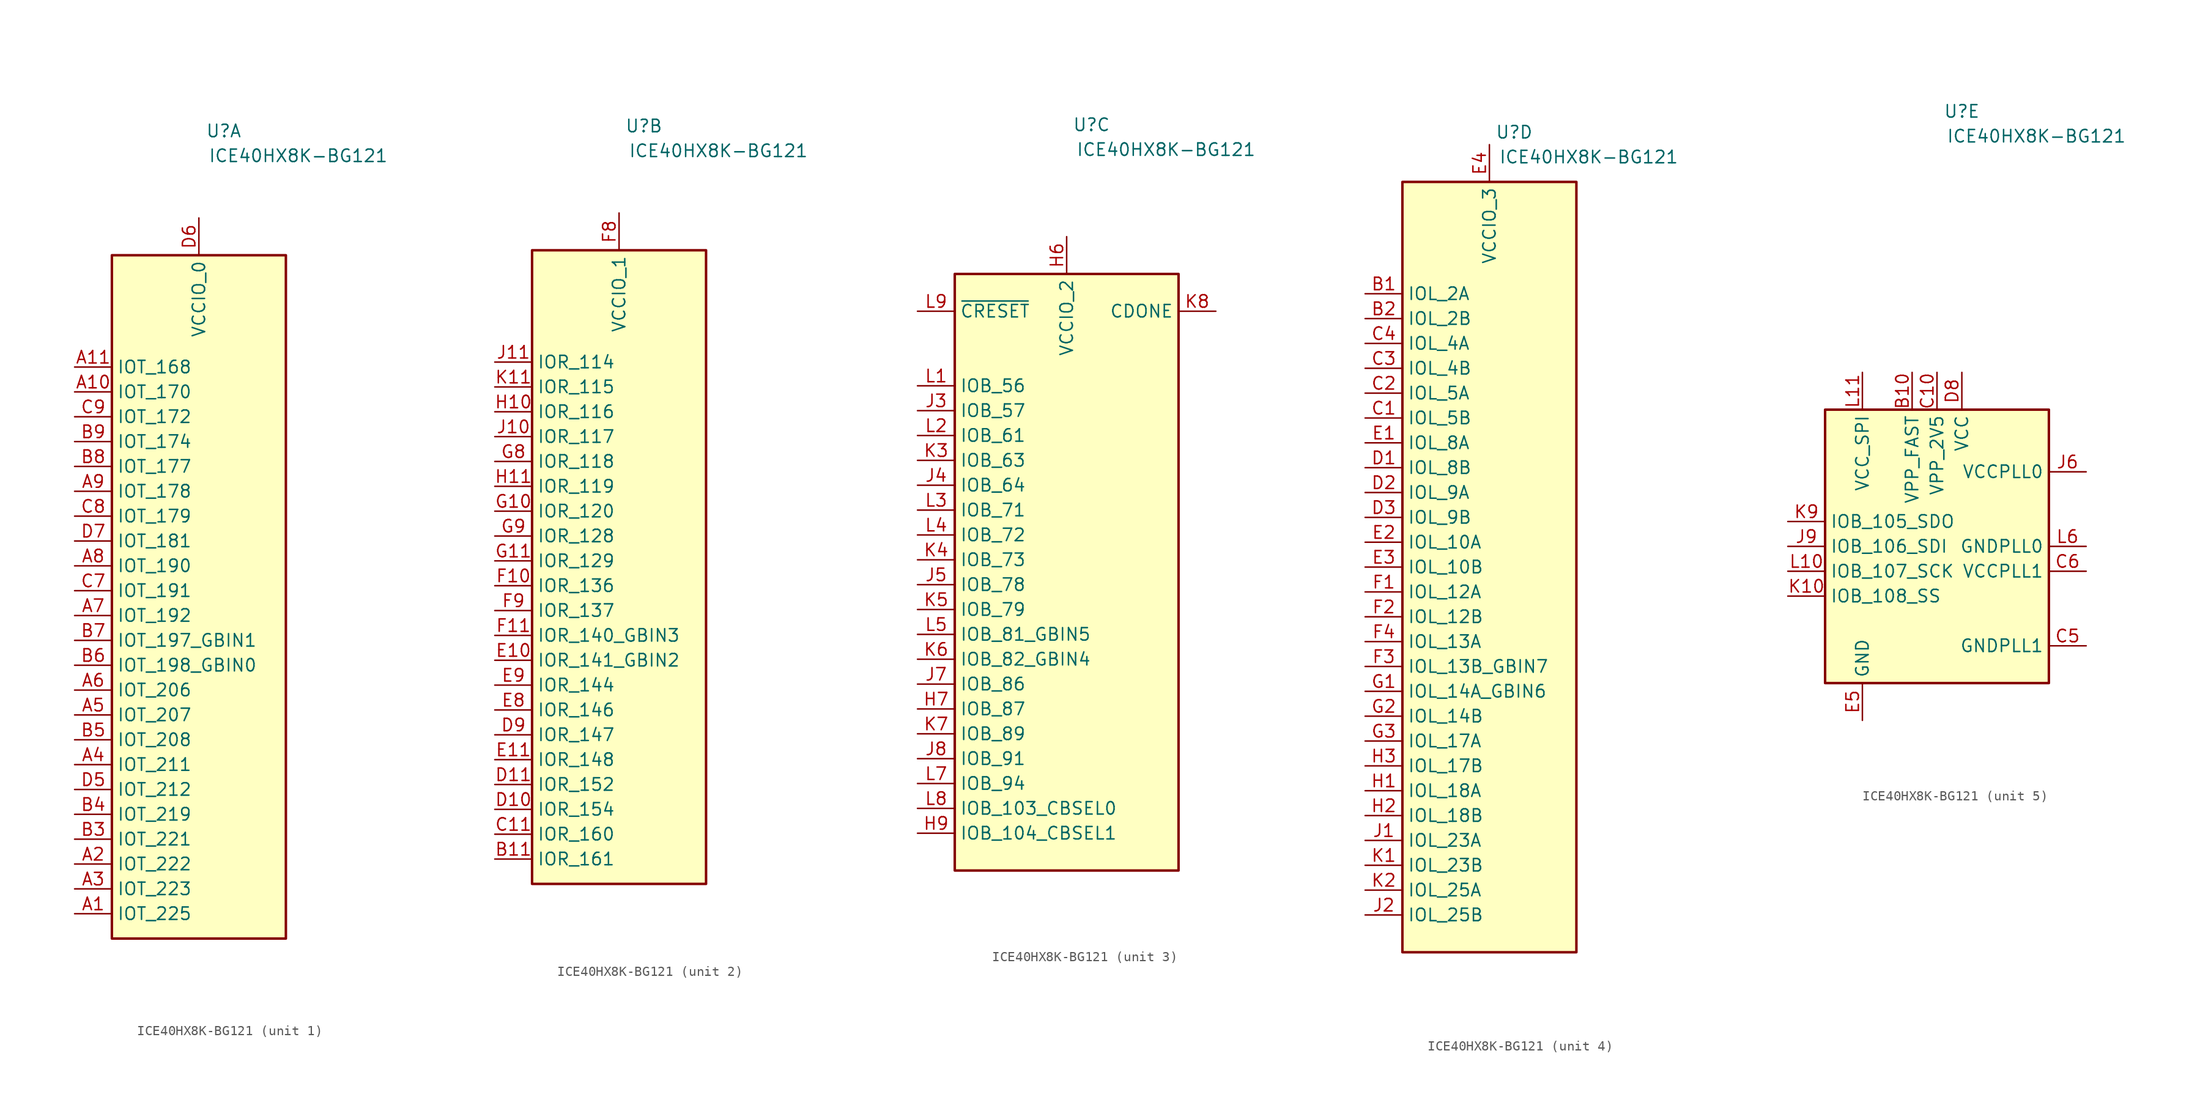
<source format=kicad_sym>
(kicad_symbol_lib
  (version 20241209)
  (generator "kicad_symbol_editor")
  (generator_version "9.0")
  (symbol "ICE40HX8K-BG121"
    (property "Reference" "U"
      (at 2.54 44.45 0)
      (effects (font (size 1.27 1.27))))
    (property "Value" "ICE40HX8K-BG121"
      (at 10.16 41.91 0)
      (effects (font (size 1.27 1.27))))
    (property "ki_locked" ""
      (at 0 0 0)
      (effects (font (size 1.27 1.27))))
    (symbol "ICE40HX8K-BG121_1_1"
      (rectangle (start -8.89 31.75) (end 8.89 -38.1) (stroke (width 0.254) (type default)) (fill (type background)))
      (pin bidirectional line (at -12.7 20.32 0) (length 3.81) (name "IOT_168" (effects (font (size 1.27 1.27)))) (number "A11" (effects (font (size 1.27 1.27)))))
      (pin bidirectional line (at -12.7 17.78 0) (length 3.81) (name "IOT_170" (effects (font (size 1.27 1.27)))) (number "A10" (effects (font (size 1.27 1.27)))))
      (pin bidirectional line (at -12.7 15.24 0) (length 3.81) (name "IOT_172" (effects (font (size 1.27 1.27)))) (number "C9" (effects (font (size 1.27 1.27)))))
      (pin bidirectional line (at -12.7 12.7 0) (length 3.81) (name "IOT_174" (effects (font (size 1.27 1.27)))) (number "B9" (effects (font (size 1.27 1.27)))))
      (pin bidirectional line (at -12.7 10.16 0) (length 3.81) (name "IOT_177" (effects (font (size 1.27 1.27)))) (number "B8" (effects (font (size 1.27 1.27)))))
      (pin bidirectional line (at -12.7 7.62 0) (length 3.81) (name "IOT_178" (effects (font (size 1.27 1.27)))) (number "A9" (effects (font (size 1.27 1.27)))))
      (pin bidirectional line (at -12.7 5.08 0) (length 3.81) (name "IOT_179" (effects (font (size 1.27 1.27)))) (number "C8" (effects (font (size 1.27 1.27)))))
      (pin bidirectional line (at -12.7 2.54 0) (length 3.81) (name "IOT_181" (effects (font (size 1.27 1.27)))) (number "D7" (effects (font (size 1.27 1.27)))))
      (pin bidirectional line (at -12.7 0 0) (length 3.81) (name "IOT_190" (effects (font (size 1.27 1.27)))) (number "A8" (effects (font (size 1.27 1.27)))))
      (pin bidirectional line (at -12.7 -2.54 0) (length 3.81) (name "IOT_191" (effects (font (size 1.27 1.27)))) (number "C7" (effects (font (size 1.27 1.27)))))
      (pin bidirectional line (at -12.7 -5.08 0) (length 3.81) (name "IOT_192" (effects (font (size 1.27 1.27)))) (number "A7" (effects (font (size 1.27 1.27)))))
      (pin bidirectional line (at -12.7 -7.62 0) (length 3.81) (name "IOT_197_GBIN1" (effects (font (size 1.27 1.27)))) (number "B7" (effects (font (size 1.27 1.27)))))
      (pin bidirectional line (at -12.7 -10.16 0) (length 3.81) (name "IOT_198_GBIN0" (effects (font (size 1.27 1.27)))) (number "B6" (effects (font (size 1.27 1.27)))))
      (pin bidirectional line (at -12.7 -12.7 0) (length 3.81) (name "IOT_206" (effects (font (size 1.27 1.27)))) (number "A6" (effects (font (size 1.27 1.27)))))
      (pin bidirectional line (at -12.7 -15.24 0) (length 3.81) (name "IOT_207" (effects (font (size 1.27 1.27)))) (number "A5" (effects (font (size 1.27 1.27)))))
      (pin bidirectional line (at -12.7 -17.78 0) (length 3.81) (name "IOT_208" (effects (font (size 1.27 1.27)))) (number "B5" (effects (font (size 1.27 1.27)))))
      (pin bidirectional line (at -12.7 -20.32 0) (length 3.81) (name "IOT_211" (effects (font (size 1.27 1.27)))) (number "A4" (effects (font (size 1.27 1.27)))))
      (pin bidirectional line (at -12.7 -22.86 0) (length 3.81) (name "IOT_212" (effects (font (size 1.27 1.27)))) (number "D5" (effects (font (size 1.27 1.27)))))
      (pin bidirectional line (at -12.7 -25.4 0) (length 3.81) (name "IOT_219" (effects (font (size 1.27 1.27)))) (number "B4" (effects (font (size 1.27 1.27)))))
      (pin bidirectional line (at -12.7 -27.94 0) (length 3.81) (name "IOT_221" (effects (font (size 1.27 1.27)))) (number "B3" (effects (font (size 1.27 1.27)))))
      (pin bidirectional line (at -12.7 -30.48 0) (length 3.81) (name "IOT_222" (effects (font (size 1.27 1.27)))) (number "A2" (effects (font (size 1.27 1.27)))))
      (pin bidirectional line (at -12.7 -33.02 0) (length 3.81) (name "IOT_223" (effects (font (size 1.27 1.27)))) (number "A3" (effects (font (size 1.27 1.27)))))
      (pin bidirectional line (at -12.7 -35.56 0) (length 3.81) (name "IOT_225" (effects (font (size 1.27 1.27)))) (number "A1" (effects (font (size 1.27 1.27)))))
      (pin power_in line (at 0 35.56 270) (length 3.81) (name "VCCIO_0" (effects (font (size 1.27 1.27)))) (number "D6" (effects (font (size 1.27 1.27))))))
    (symbol "ICE40HX8K-BG121_2_1"
      (rectangle (start -8.89 31.75) (end 8.89 -33.02) (stroke (width 0.254) (type default)) (fill (type background)))
      (pin bidirectional line (at -12.7 20.32 0) (length 3.81) (name "IOR_114" (effects (font (size 1.27 1.27)))) (number "J11" (effects (font (size 1.27 1.27)))))
      (pin bidirectional line (at -12.7 17.78 0) (length 3.81) (name "IOR_115" (effects (font (size 1.27 1.27)))) (number "K11" (effects (font (size 1.27 1.27)))))
      (pin bidirectional line (at -12.7 15.24 0) (length 3.81) (name "IOR_116" (effects (font (size 1.27 1.27)))) (number "H10" (effects (font (size 1.27 1.27)))))
      (pin bidirectional line (at -12.7 12.7 0) (length 3.81) (name "IOR_117" (effects (font (size 1.27 1.27)))) (number "J10" (effects (font (size 1.27 1.27)))))
      (pin bidirectional line (at -12.7 10.16 0) (length 3.81) (name "IOR_118" (effects (font (size 1.27 1.27)))) (number "G8" (effects (font (size 1.27 1.27)))))
      (pin bidirectional line (at -12.7 7.62 0) (length 3.81) (name "IOR_119" (effects (font (size 1.27 1.27)))) (number "H11" (effects (font (size 1.27 1.27)))))
      (pin bidirectional line (at -12.7 5.08 0) (length 3.81) (name "IOR_120" (effects (font (size 1.27 1.27)))) (number "G10" (effects (font (size 1.27 1.27)))))
      (pin bidirectional line (at -12.7 2.54 0) (length 3.81) (name "IOR_128" (effects (font (size 1.27 1.27)))) (number "G9" (effects (font (size 1.27 1.27)))))
      (pin bidirectional line (at -12.7 0 0) (length 3.81) (name "IOR_129" (effects (font (size 1.27 1.27)))) (number "G11" (effects (font (size 1.27 1.27)))))
      (pin bidirectional line (at -12.7 -2.54 0) (length 3.81) (name "IOR_136" (effects (font (size 1.27 1.27)))) (number "F10" (effects (font (size 1.27 1.27)))))
      (pin bidirectional line (at -12.7 -5.08 0) (length 3.81) (name "IOR_137" (effects (font (size 1.27 1.27)))) (number "F9" (effects (font (size 1.27 1.27)))))
      (pin bidirectional line (at -12.7 -7.62 0) (length 3.81) (name "IOR_140_GBIN3" (effects (font (size 1.27 1.27)))) (number "F11" (effects (font (size 1.27 1.27)))))
      (pin bidirectional line (at -12.7 -10.16 0) (length 3.81) (name "IOR_141_GBIN2" (effects (font (size 1.27 1.27)))) (number "E10" (effects (font (size 1.27 1.27)))))
      (pin bidirectional line (at -12.7 -12.7 0) (length 3.81) (name "IOR_144" (effects (font (size 1.27 1.27)))) (number "E9" (effects (font (size 1.27 1.27)))))
      (pin bidirectional line (at -12.7 -15.24 0) (length 3.81) (name "IOR_146" (effects (font (size 1.27 1.27)))) (number "E8" (effects (font (size 1.27 1.27)))))
      (pin bidirectional line (at -12.7 -17.78 0) (length 3.81) (name "IOR_147" (effects (font (size 1.27 1.27)))) (number "D9" (effects (font (size 1.27 1.27)))))
      (pin bidirectional line (at -12.7 -20.32 0) (length 3.81) (name "IOR_148" (effects (font (size 1.27 1.27)))) (number "E11" (effects (font (size 1.27 1.27)))))
      (pin bidirectional line (at -12.7 -22.86 0) (length 3.81) (name "IOR_152" (effects (font (size 1.27 1.27)))) (number "D11" (effects (font (size 1.27 1.27)))))
      (pin bidirectional line (at -12.7 -25.4 0) (length 3.81) (name "IOR_154" (effects (font (size 1.27 1.27)))) (number "D10" (effects (font (size 1.27 1.27)))))
      (pin bidirectional line (at -12.7 -27.94 0) (length 3.81) (name "IOR_160" (effects (font (size 1.27 1.27)))) (number "C11" (effects (font (size 1.27 1.27)))))
      (pin bidirectional line (at -12.7 -30.48 0) (length 3.81) (name "IOR_161" (effects (font (size 1.27 1.27)))) (number "B11" (effects (font (size 1.27 1.27)))))
      (pin power_in line (at 0 35.56 270) (length 3.81) (name "VCCIO_1" (effects (font (size 1.27 1.27)))) (number "F8" (effects (font (size 1.27 1.27))))))
    (symbol "ICE40HX8K-BG121_3_1"
      (rectangle (start -11.43 29.21) (end 11.43 -31.75) (stroke (width 0.254) (type default)) (fill (type background)))
      (pin input line (at -15.24 25.4 0) (length 3.81) (name "~{CRESET}" (effects (font (size 1.27 1.27)))) (number "L9" (effects (font (size 1.27 1.27)))))
      (pin bidirectional line (at -15.24 17.78 0) (length 3.81) (name "IOB_56" (effects (font (size 1.27 1.27)))) (number "L1" (effects (font (size 1.27 1.27)))))
      (pin bidirectional line (at -15.24 15.24 0) (length 3.81) (name "IOB_57" (effects (font (size 1.27 1.27)))) (number "J3" (effects (font (size 1.27 1.27)))))
      (pin bidirectional line (at -15.24 12.7 0) (length 3.81) (name "IOB_61" (effects (font (size 1.27 1.27)))) (number "L2" (effects (font (size 1.27 1.27)))))
      (pin bidirectional line (at -15.24 10.16 0) (length 3.81) (name "IOB_63" (effects (font (size 1.27 1.27)))) (number "K3" (effects (font (size 1.27 1.27)))))
      (pin bidirectional line (at -15.24 7.62 0) (length 3.81) (name "IOB_64" (effects (font (size 1.27 1.27)))) (number "J4" (effects (font (size 1.27 1.27)))))
      (pin bidirectional line (at -15.24 5.08 0) (length 3.81) (name "IOB_71" (effects (font (size 1.27 1.27)))) (number "L3" (effects (font (size 1.27 1.27)))))
      (pin bidirectional line (at -15.24 2.54 0) (length 3.81) (name "IOB_72" (effects (font (size 1.27 1.27)))) (number "L4" (effects (font (size 1.27 1.27)))))
      (pin bidirectional line (at -15.24 0 0) (length 3.81) (name "IOB_73" (effects (font (size 1.27 1.27)))) (number "K4" (effects (font (size 1.27 1.27)))))
      (pin bidirectional line (at -15.24 -2.54 0) (length 3.81) (name "IOB_78" (effects (font (size 1.27 1.27)))) (number "J5" (effects (font (size 1.27 1.27)))))
      (pin bidirectional line (at -15.24 -5.08 0) (length 3.81) (name "IOB_79" (effects (font (size 1.27 1.27)))) (number "K5" (effects (font (size 1.27 1.27)))))
      (pin bidirectional line (at -15.24 -7.62 0) (length 3.81) (name "IOB_81_GBIN5" (effects (font (size 1.27 1.27)))) (number "L5" (effects (font (size 1.27 1.27)))))
      (pin bidirectional line (at -15.24 -10.16 0) (length 3.81) (name "IOB_82_GBIN4" (effects (font (size 1.27 1.27)))) (number "K6" (effects (font (size 1.27 1.27)))))
      (pin bidirectional line (at -15.24 -12.7 0) (length 3.81) (name "IOB_86" (effects (font (size 1.27 1.27)))) (number "J7" (effects (font (size 1.27 1.27)))))
      (pin bidirectional line (at -15.24 -15.24 0) (length 3.81) (name "IOB_87" (effects (font (size 1.27 1.27)))) (number "H7" (effects (font (size 1.27 1.27)))))
      (pin bidirectional line (at -15.24 -17.78 0) (length 3.81) (name "IOB_89" (effects (font (size 1.27 1.27)))) (number "K7" (effects (font (size 1.27 1.27)))))
      (pin bidirectional line (at -15.24 -20.32 0) (length 3.81) (name "IOB_91" (effects (font (size 1.27 1.27)))) (number "J8" (effects (font (size 1.27 1.27)))))
      (pin bidirectional line (at -15.24 -22.86 0) (length 3.81) (name "IOB_94" (effects (font (size 1.27 1.27)))) (number "L7" (effects (font (size 1.27 1.27)))))
      (pin bidirectional line (at -15.24 -25.4 0) (length 3.81) (name "IOB_103_CBSEL0" (effects (font (size 1.27 1.27)))) (number "L8" (effects (font (size 1.27 1.27)))))
      (pin bidirectional line (at -15.24 -27.94 0) (length 3.81) (name "IOB_104_CBSEL1" (effects (font (size 1.27 1.27)))) (number "H9" (effects (font (size 1.27 1.27)))))
      (pin power_in line (at 0 33.02 270) (length 3.81) (name "VCCIO_2" (effects (font (size 1.27 1.27)))) (number "H6" (effects (font (size 1.27 1.27)))))
      (pin open_collector line (at 15.24 25.4 180) (length 3.81) (name "CDONE" (effects (font (size 1.27 1.27)))) (number "K8" (effects (font (size 1.27 1.27))))))
    (symbol "ICE40HX8K-BG121_4_1"
      (rectangle (start -8.89 39.37) (end 8.89 -39.37) (stroke (width 0.254) (type default)) (fill (type background)))
      (pin bidirectional line (at -12.7 27.94 0) (length 3.81) (name "IOL_2A" (effects (font (size 1.27 1.27)))) (number "B1" (effects (font (size 1.27 1.27)))))
      (pin bidirectional line (at -12.7 25.4 0) (length 3.81) (name "IOL_2B" (effects (font (size 1.27 1.27)))) (number "B2" (effects (font (size 1.27 1.27)))))
      (pin bidirectional line (at -12.7 22.86 0) (length 3.81) (name "IOL_4A" (effects (font (size 1.27 1.27)))) (number "C4" (effects (font (size 1.27 1.27)))))
      (pin bidirectional line (at -12.7 20.32 0) (length 3.81) (name "IOL_4B" (effects (font (size 1.27 1.27)))) (number "C3" (effects (font (size 1.27 1.27)))))
      (pin bidirectional line (at -12.7 17.78 0) (length 3.81) (name "IOL_5A" (effects (font (size 1.27 1.27)))) (number "C2" (effects (font (size 1.27 1.27)))))
      (pin bidirectional line (at -12.7 15.24 0) (length 3.81) (name "IOL_5B" (effects (font (size 1.27 1.27)))) (number "C1" (effects (font (size 1.27 1.27)))))
      (pin bidirectional line (at -12.7 12.7 0) (length 3.81) (name "IOL_8A" (effects (font (size 1.27 1.27)))) (number "E1" (effects (font (size 1.27 1.27)))))
      (pin bidirectional line (at -12.7 10.16 0) (length 3.81) (name "IOL_8B" (effects (font (size 1.27 1.27)))) (number "D1" (effects (font (size 1.27 1.27)))))
      (pin bidirectional line (at -12.7 7.62 0) (length 3.81) (name "IOL_9A" (effects (font (size 1.27 1.27)))) (number "D2" (effects (font (size 1.27 1.27)))))
      (pin bidirectional line (at -12.7 5.08 0) (length 3.81) (name "IOL_9B" (effects (font (size 1.27 1.27)))) (number "D3" (effects (font (size 1.27 1.27)))))
      (pin bidirectional line (at -12.7 2.54 0) (length 3.81) (name "IOL_10A" (effects (font (size 1.27 1.27)))) (number "E2" (effects (font (size 1.27 1.27)))))
      (pin bidirectional line (at -12.7 0 0) (length 3.81) (name "IOL_10B" (effects (font (size 1.27 1.27)))) (number "E3" (effects (font (size 1.27 1.27)))))
      (pin bidirectional line (at -12.7 -2.54 0) (length 3.81) (name "IOL_12A" (effects (font (size 1.27 1.27)))) (number "F1" (effects (font (size 1.27 1.27)))))
      (pin bidirectional line (at -12.7 -5.08 0) (length 3.81) (name "IOL_12B" (effects (font (size 1.27 1.27)))) (number "F2" (effects (font (size 1.27 1.27)))))
      (pin bidirectional line (at -12.7 -7.62 0) (length 3.81) (name "IOL_13A" (effects (font (size 1.27 1.27)))) (number "F4" (effects (font (size 1.27 1.27)))))
      (pin bidirectional line (at -12.7 -10.16 0) (length 3.81) (name "IOL_13B_GBIN7" (effects (font (size 1.27 1.27)))) (number "F3" (effects (font (size 1.27 1.27)))))
      (pin bidirectional line (at -12.7 -12.7 0) (length 3.81) (name "IOL_14A_GBIN6" (effects (font (size 1.27 1.27)))) (number "G1" (effects (font (size 1.27 1.27)))))
      (pin bidirectional line (at -12.7 -15.24 0) (length 3.81) (name "IOL_14B" (effects (font (size 1.27 1.27)))) (number "G2" (effects (font (size 1.27 1.27)))))
      (pin bidirectional line (at -12.7 -17.78 0) (length 3.81) (name "IOL_17A" (effects (font (size 1.27 1.27)))) (number "G3" (effects (font (size 1.27 1.27)))))
      (pin bidirectional line (at -12.7 -20.32 0) (length 3.81) (name "IOL_17B" (effects (font (size 1.27 1.27)))) (number "H3" (effects (font (size 1.27 1.27)))))
      (pin bidirectional line (at -12.7 -22.86 0) (length 3.81) (name "IOL_18A" (effects (font (size 1.27 1.27)))) (number "H1" (effects (font (size 1.27 1.27)))))
      (pin bidirectional line (at -12.7 -25.4 0) (length 3.81) (name "IOL_18B" (effects (font (size 1.27 1.27)))) (number "H2" (effects (font (size 1.27 1.27)))))
      (pin bidirectional line (at -12.7 -27.94 0) (length 3.81) (name "IOL_23A" (effects (font (size 1.27 1.27)))) (number "J1" (effects (font (size 1.27 1.27)))))
      (pin bidirectional line (at -12.7 -30.48 0) (length 3.81) (name "IOL_23B" (effects (font (size 1.27 1.27)))) (number "K1" (effects (font (size 1.27 1.27)))))
      (pin bidirectional line (at -12.7 -33.02 0) (length 3.81) (name "IOL_25A" (effects (font (size 1.27 1.27)))) (number "K2" (effects (font (size 1.27 1.27)))))
      (pin bidirectional line (at -12.7 -35.56 0) (length 3.81) (name "IOL_25B" (effects (font (size 1.27 1.27)))) (number "J2" (effects (font (size 1.27 1.27)))))
      (pin power_in line (at 0 43.18 270) (length 3.81) (name "VCCIO_3" (effects (font (size 1.27 1.27)))) (number "E4" (effects (font (size 1.27 1.27)))))
      (pin passive line (at 0 43.18 270) (length 3.81) (hide yes) (name "VCCIO_3" (effects (font (size 1.27 1.27)))) (number "G4" (effects (font (size 1.27 1.27))))))
    (symbol "ICE40HX8K-BG121_5_1"
      (rectangle (start -11.43 13.97) (end 11.43 -13.97) (stroke (width 0.254) (type default)) (fill (type background)))
      (pin bidirectional line (at -15.24 2.54 0) (length 3.81) (name "IOB_105_SDO" (effects (font (size 1.27 1.27)))) (number "K9" (effects (font (size 1.27 1.27)))))
      (pin bidirectional line (at -15.24 0 0) (length 3.81) (name "IOB_106_SDI" (effects (font (size 1.27 1.27)))) (number "J9" (effects (font (size 1.27 1.27)))))
      (pin bidirectional line (at -15.24 -2.54 0) (length 3.81) (name "IOB_107_SCK" (effects (font (size 1.27 1.27)))) (number "L10" (effects (font (size 1.27 1.27)))))
      (pin bidirectional line (at -15.24 -5.08 0) (length 3.81) (name "IOB_108_SS" (effects (font (size 1.27 1.27)))) (number "K10" (effects (font (size 1.27 1.27)))))
      (pin power_in line (at -7.62 17.78 270) (length 3.81) (name "VCC_SPI" (effects (font (size 1.27 1.27)))) (number "L11" (effects (font (size 1.27 1.27)))))
      (pin power_in line (at -7.62 -17.78 90) (length 3.81) (name "GND" (effects (font (size 1.27 1.27)))) (number "E5" (effects (font (size 1.27 1.27)))))
      (pin passive line (at -7.62 -17.78 90) (length 3.81) (hide yes) (name "GND" (effects (font (size 1.27 1.27)))) (number "E6" (effects (font (size 1.27 1.27)))))
      (pin passive line (at -7.62 -17.78 90) (length 3.81) (hide yes) (name "GND" (effects (font (size 1.27 1.27)))) (number "E7" (effects (font (size 1.27 1.27)))))
      (pin passive line (at -7.62 -17.78 90) (length 3.81) (hide yes) (name "GND" (effects (font (size 1.27 1.27)))) (number "F5" (effects (font (size 1.27 1.27)))))
      (pin passive line (at -7.62 -17.78 90) (length 3.81) (hide yes) (name "GND" (effects (font (size 1.27 1.27)))) (number "F6" (effects (font (size 1.27 1.27)))))
      (pin passive line (at -7.62 -17.78 90) (length 3.81) (hide yes) (name "GND" (effects (font (size 1.27 1.27)))) (number "F7" (effects (font (size 1.27 1.27)))))
      (pin passive line (at -7.62 -17.78 90) (length 3.81) (hide yes) (name "GND" (effects (font (size 1.27 1.27)))) (number "G5" (effects (font (size 1.27 1.27)))))
      (pin passive line (at -7.62 -17.78 90) (length 3.81) (hide yes) (name "GND" (effects (font (size 1.27 1.27)))) (number "G6" (effects (font (size 1.27 1.27)))))
      (pin passive line (at -7.62 -17.78 90) (length 3.81) (hide yes) (name "GND" (effects (font (size 1.27 1.27)))) (number "G7" (effects (font (size 1.27 1.27)))))
      (pin passive line (at -7.62 -17.78 90) (length 3.81) (hide yes) (name "GND" (effects (font (size 1.27 1.27)))) (number "H5" (effects (font (size 1.27 1.27)))))
      (pin power_in line (at -2.54 17.78 270) (length 3.81) (name "VPP_FAST" (effects (font (size 1.27 1.27)))) (number "B10" (effects (font (size 1.27 1.27)))))
      (pin power_in line (at 0 17.78 270) (length 3.81) (name "VPP_2V5" (effects (font (size 1.27 1.27)))) (number "C10" (effects (font (size 1.27 1.27)))))
      (pin passive line (at 2.54 17.78 270) (length 3.81) (hide yes) (name "VCC" (effects (font (size 1.27 1.27)))) (number "D4" (effects (font (size 1.27 1.27)))))
      (pin power_in line (at 2.54 17.78 270) (length 3.81) (name "VCC" (effects (font (size 1.27 1.27)))) (number "D8" (effects (font (size 1.27 1.27)))))
      (pin passive line (at 2.54 17.78 270) (length 3.81) (hide yes) (name "VCC" (effects (font (size 1.27 1.27)))) (number "H4" (effects (font (size 1.27 1.27)))))
      (pin passive line (at 2.54 17.78 270) (length 3.81) (hide yes) (name "VCC" (effects (font (size 1.27 1.27)))) (number "H8" (effects (font (size 1.27 1.27)))))
      (pin power_in line (at 15.24 7.62 180) (length 3.81) (name "VCCPLL0" (effects (font (size 1.27 1.27)))) (number "J6" (effects (font (size 1.27 1.27)))))
      (pin power_in line (at 15.24 0 180) (length 3.81) (name "GNDPLL0" (effects (font (size 1.27 1.27)))) (number "L6" (effects (font (size 1.27 1.27)))))
      (pin power_in line (at 15.24 -2.54 180) (length 3.81) (name "VCCPLL1" (effects (font (size 1.27 1.27)))) (number "C6" (effects (font (size 1.27 1.27)))))
      (pin power_in line (at 15.24 -10.16 180) (length 3.81) (name "GNDPLL1" (effects (font (size 1.27 1.27)))) (number "C5" (effects (font (size 1.27 1.27))))))))
</source>
